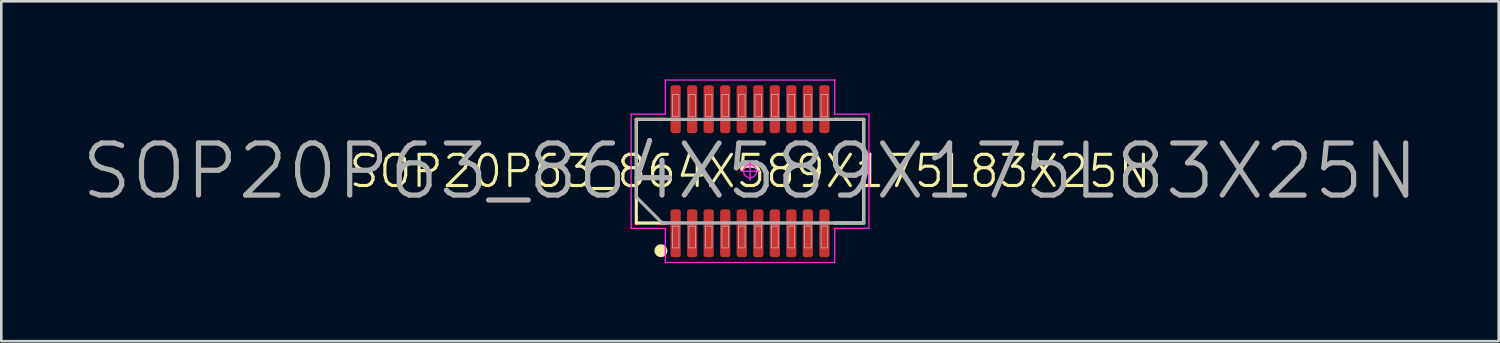
<source format=kicad_pcb>
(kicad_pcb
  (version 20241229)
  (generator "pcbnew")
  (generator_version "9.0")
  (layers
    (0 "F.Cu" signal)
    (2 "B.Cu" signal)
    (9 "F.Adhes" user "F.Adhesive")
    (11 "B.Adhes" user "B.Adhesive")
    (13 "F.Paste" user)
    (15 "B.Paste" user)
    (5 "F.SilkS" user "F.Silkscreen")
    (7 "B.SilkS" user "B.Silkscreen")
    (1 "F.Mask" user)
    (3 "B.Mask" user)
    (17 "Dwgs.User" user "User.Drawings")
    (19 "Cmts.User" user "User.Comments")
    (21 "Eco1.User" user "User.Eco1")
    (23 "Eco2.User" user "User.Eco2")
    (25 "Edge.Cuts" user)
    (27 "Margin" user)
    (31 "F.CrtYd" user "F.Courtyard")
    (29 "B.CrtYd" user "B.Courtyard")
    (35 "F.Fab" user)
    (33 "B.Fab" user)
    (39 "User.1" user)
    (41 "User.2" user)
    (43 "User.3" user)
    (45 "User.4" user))
  (footprint "SOP20P63_864X589X175L83X25N"
    (layer "F.Cu")
    (at 25.767 3.529)
    (property "Reference" "SOP20P63_864X589X175L83X25N" (at 0 0 0) (layer "F.SilkS") (effects (font (size 1.2 1.2) (thickness 0.12))))
    (attr smd)
    (fp_line (start -4.369 -1.994) (end -3.234 -1.994) (stroke (width 0.12) (type solid)) (layer "F.SilkS"))
    (fp_line (start -4.369 1.994) (end -4.369 -1.994) (stroke (width 0.12) (type solid)) (layer "F.SilkS"))
    (fp_line (start -3.234 1.994) (end -4.369 1.994) (stroke (width 0.12) (type solid)) (layer "F.SilkS"))
    (fp_line (start 3.234 1.994) (end 4.369 1.994) (stroke (width 0.12) (type solid)) (layer "F.SilkS"))
    (fp_line (start 4.369 -1.994) (end 3.234 -1.994) (stroke (width 0.12) (type solid)) (layer "F.SilkS"))
    (fp_line (start 4.369 1.994) (end 4.369 -1.994) (stroke (width 0.12) (type solid)) (layer "F.SilkS"))
    (fp_circle (center -3.424 3.054) (end -3.424 3.179) (stroke (width 0.25) (type solid)) (fill no) (layer "F.SilkS"))
    (fp_line (start -4.324 -1.949) (end 4.324 -1.949) (stroke (width 0.025) (type solid)) (layer "Dwgs.User"))
    (fp_line (start -4.324 1.949) (end -4.324 -1.949) (stroke (width 0.025) (type solid)) (layer "Dwgs.User"))
    (fp_line (start -2.985 -2.946) (end -2.731 -2.946) (stroke (width 0.025) (type solid)) (layer "Dwgs.User"))
    (fp_line (start -2.985 -2.108) (end -2.985 -2.946) (stroke (width 0.025) (type solid)) (layer "Dwgs.User"))
    (fp_line (start -2.985 2.108) (end -2.731 2.108) (stroke (width 0.025) (type solid)) (layer "Dwgs.User"))
    (fp_line (start -2.985 2.946) (end -2.985 2.108) (stroke (width 0.025) (type solid)) (layer "Dwgs.User"))
    (fp_line (start -2.731 -2.946) (end -2.731 -2.108) (stroke (width 0.025) (type solid)) (layer "Dwgs.User"))
    (fp_line (start -2.731 -2.108) (end -2.985 -2.108) (stroke (width 0.025) (type solid)) (layer "Dwgs.User"))
    (fp_line (start -2.731 2.108) (end -2.731 2.946) (stroke (width 0.025) (type solid)) (layer "Dwgs.User"))
    (fp_line (start -2.731 2.946) (end -2.985 2.946) (stroke (width 0.025) (type solid)) (layer "Dwgs.User"))
    (fp_line (start -2.349 -2.946) (end -2.095 -2.946) (stroke (width 0.025) (type solid)) (layer "Dwgs.User"))
    (fp_line (start -2.349 -2.108) (end -2.349 -2.946) (stroke (width 0.025) (type solid)) (layer "Dwgs.User"))
    (fp_line (start -2.349 2.108) (end -2.095 2.108) (stroke (width 0.025) (type solid)) (layer "Dwgs.User"))
    (fp_line (start -2.349 2.946) (end -2.349 2.108) (stroke (width 0.025) (type solid)) (layer "Dwgs.User"))
    (fp_line (start -2.095 -2.946) (end -2.095 -2.108) (stroke (width 0.025) (type solid)) (layer "Dwgs.User"))
    (fp_line (start -2.095 -2.108) (end -2.349 -2.108) (stroke (width 0.025) (type solid)) (layer "Dwgs.User"))
    (fp_line (start -2.095 2.108) (end -2.095 2.946) (stroke (width 0.025) (type solid)) (layer "Dwgs.User"))
    (fp_line (start -2.095 2.946) (end -2.349 2.946) (stroke (width 0.025) (type solid)) (layer "Dwgs.User"))
    (fp_line (start -1.715 -2.946) (end -1.461 -2.946) (stroke (width 0.025) (type solid)) (layer "Dwgs.User"))
    (fp_line (start -1.715 -2.108) (end -1.715 -2.946) (stroke (width 0.025) (type solid)) (layer "Dwgs.User"))
    (fp_line (start -1.715 2.108) (end -1.461 2.108) (stroke (width 0.025) (type solid)) (layer "Dwgs.User"))
    (fp_line (start -1.715 2.946) (end -1.715 2.108) (stroke (width 0.025) (type solid)) (layer "Dwgs.User"))
    (fp_line (start -1.461 -2.946) (end -1.461 -2.108) (stroke (width 0.025) (type solid)) (layer "Dwgs.User"))
    (fp_line (start -1.461 -2.108) (end -1.715 -2.108) (stroke (width 0.025) (type solid)) (layer "Dwgs.User"))
    (fp_line (start -1.461 2.108) (end -1.461 2.946) (stroke (width 0.025) (type solid)) (layer "Dwgs.User"))
    (fp_line (start -1.461 2.946) (end -1.715 2.946) (stroke (width 0.025) (type solid)) (layer "Dwgs.User"))
    (fp_line (start -1.079 -2.946) (end -0.825 -2.946) (stroke (width 0.025) (type solid)) (layer "Dwgs.User"))
    (fp_line (start -1.079 -2.108) (end -1.079 -2.946) (stroke (width 0.025) (type solid)) (layer "Dwgs.User"))
    (fp_line (start -1.079 2.108) (end -0.825 2.108) (stroke (width 0.025) (type solid)) (layer "Dwgs.User"))
    (fp_line (start -1.079 2.946) (end -1.079 2.108) (stroke (width 0.025) (type solid)) (layer "Dwgs.User"))
    (fp_line (start -0.825 -2.946) (end -0.825 -2.108) (stroke (width 0.025) (type solid)) (layer "Dwgs.User"))
    (fp_line (start -0.825 -2.108) (end -1.079 -2.108) (stroke (width 0.025) (type solid)) (layer "Dwgs.User"))
    (fp_line (start -0.825 2.108) (end -0.825 2.946) (stroke (width 0.025) (type solid)) (layer "Dwgs.User"))
    (fp_line (start -0.825 2.946) (end -1.079 2.946) (stroke (width 0.025) (type solid)) (layer "Dwgs.User"))
    (fp_line (start -0.445 -2.946) (end -0.191 -2.946) (stroke (width 0.025) (type solid)) (layer "Dwgs.User"))
    (fp_line (start -0.445 -2.108) (end -0.445 -2.946) (stroke (width 0.025) (type solid)) (layer "Dwgs.User"))
    (fp_line (start -0.445 2.108) (end -0.191 2.108) (stroke (width 0.025) (type solid)) (layer "Dwgs.User"))
    (fp_line (start -0.445 2.946) (end -0.445 2.108) (stroke (width 0.025) (type solid)) (layer "Dwgs.User"))
    (fp_line (start -0.191 -2.946) (end -0.191 -2.108) (stroke (width 0.025) (type solid)) (layer "Dwgs.User"))
    (fp_line (start -0.191 -2.108) (end -0.445 -2.108) (stroke (width 0.025) (type solid)) (layer "Dwgs.User"))
    (fp_line (start -0.191 2.108) (end -0.191 2.946) (stroke (width 0.025) (type solid)) (layer "Dwgs.User"))
    (fp_line (start -0.191 2.946) (end -0.445 2.946) (stroke (width 0.025) (type solid)) (layer "Dwgs.User"))
    (fp_line (start 0.191 -2.946) (end 0.445 -2.946) (stroke (width 0.025) (type solid)) (layer "Dwgs.User"))
    (fp_line (start 0.191 -2.108) (end 0.191 -2.946) (stroke (width 0.025) (type solid)) (layer "Dwgs.User"))
    (fp_line (start 0.191 2.108) (end 0.445 2.108) (stroke (width 0.025) (type solid)) (layer "Dwgs.User"))
    (fp_line (start 0.191 2.946) (end 0.191 2.108) (stroke (width 0.025) (type solid)) (layer "Dwgs.User"))
    (fp_line (start 0.445 -2.946) (end 0.445 -2.108) (stroke (width 0.025) (type solid)) (layer "Dwgs.User"))
    (fp_line (start 0.445 -2.108) (end 0.191 -2.108) (stroke (width 0.025) (type solid)) (layer "Dwgs.User"))
    (fp_line (start 0.445 2.108) (end 0.445 2.946) (stroke (width 0.025) (type solid)) (layer "Dwgs.User"))
    (fp_line (start 0.445 2.946) (end 0.191 2.946) (stroke (width 0.025) (type solid)) (layer "Dwgs.User"))
    (fp_line (start 0.825 -2.946) (end 1.079 -2.946) (stroke (width 0.025) (type solid)) (layer "Dwgs.User"))
    (fp_line (start 0.825 -2.108) (end 0.825 -2.946) (stroke (width 0.025) (type solid)) (layer "Dwgs.User"))
    (fp_line (start 0.825 2.108) (end 1.079 2.108) (stroke (width 0.025) (type solid)) (layer "Dwgs.User"))
    (fp_line (start 0.825 2.946) (end 0.825 2.108) (stroke (width 0.025) (type solid)) (layer "Dwgs.User"))
    (fp_line (start 1.079 -2.946) (end 1.079 -2.108) (stroke (width 0.025) (type solid)) (layer "Dwgs.User"))
    (fp_line (start 1.079 -2.108) (end 0.825 -2.108) (stroke (width 0.025) (type solid)) (layer "Dwgs.User"))
    (fp_line (start 1.079 2.108) (end 1.079 2.946) (stroke (width 0.025) (type solid)) (layer "Dwgs.User"))
    (fp_line (start 1.079 2.946) (end 0.825 2.946) (stroke (width 0.025) (type solid)) (layer "Dwgs.User"))
    (fp_line (start 1.461 -2.946) (end 1.715 -2.946) (stroke (width 0.025) (type solid)) (layer "Dwgs.User"))
    (fp_line (start 1.461 -2.108) (end 1.461 -2.946) (stroke (width 0.025) (type solid)) (layer "Dwgs.User"))
    (fp_line (start 1.461 2.108) (end 1.715 2.108) (stroke (width 0.025) (type solid)) (layer "Dwgs.User"))
    (fp_line (start 1.461 2.946) (end 1.461 2.108) (stroke (width 0.025) (type solid)) (layer "Dwgs.User"))
    (fp_line (start 1.715 -2.946) (end 1.715 -2.108) (stroke (width 0.025) (type solid)) (layer "Dwgs.User"))
    (fp_line (start 1.715 -2.108) (end 1.461 -2.108) (stroke (width 0.025) (type solid)) (layer "Dwgs.User"))
    (fp_line (start 1.715 2.108) (end 1.715 2.946) (stroke (width 0.025) (type solid)) (layer "Dwgs.User"))
    (fp_line (start 1.715 2.946) (end 1.461 2.946) (stroke (width 0.025) (type solid)) (layer "Dwgs.User"))
    (fp_line (start 2.095 -2.946) (end 2.349 -2.946) (stroke (width 0.025) (type solid)) (layer "Dwgs.User"))
    (fp_line (start 2.095 -2.108) (end 2.095 -2.946) (stroke (width 0.025) (type solid)) (layer "Dwgs.User"))
    (fp_line (start 2.095 2.108) (end 2.349 2.108) (stroke (width 0.025) (type solid)) (layer "Dwgs.User"))
    (fp_line (start 2.095 2.946) (end 2.095 2.108) (stroke (width 0.025) (type solid)) (layer "Dwgs.User"))
    (fp_line (start 2.349 -2.946) (end 2.349 -2.108) (stroke (width 0.025) (type solid)) (layer "Dwgs.User"))
    (fp_line (start 2.349 -2.108) (end 2.095 -2.108) (stroke (width 0.025) (type solid)) (layer "Dwgs.User"))
    (fp_line (start 2.349 2.108) (end 2.349 2.946) (stroke (width 0.025) (type solid)) (layer "Dwgs.User"))
    (fp_line (start 2.349 2.946) (end 2.095 2.946) (stroke (width 0.025) (type solid)) (layer "Dwgs.User"))
    (fp_line (start 2.731 -2.946) (end 2.985 -2.946) (stroke (width 0.025) (type solid)) (layer "Dwgs.User"))
    (fp_line (start 2.731 -2.108) (end 2.731 -2.946) (stroke (width 0.025) (type solid)) (layer "Dwgs.User"))
    (fp_line (start 2.731 2.108) (end 2.985 2.108) (stroke (width 0.025) (type solid)) (layer "Dwgs.User"))
    (fp_line (start 2.731 2.946) (end 2.731 2.108) (stroke (width 0.025) (type solid)) (layer "Dwgs.User"))
    (fp_line (start 2.985 -2.946) (end 2.985 -2.108) (stroke (width 0.025) (type solid)) (layer "Dwgs.User"))
    (fp_line (start 2.985 -2.108) (end 2.731 -2.108) (stroke (width 0.025) (type solid)) (layer "Dwgs.User"))
    (fp_line (start 2.985 2.108) (end 2.985 2.946) (stroke (width 0.025) (type solid)) (layer "Dwgs.User"))
    (fp_line (start 2.985 2.946) (end 2.731 2.946) (stroke (width 0.025) (type solid)) (layer "Dwgs.User"))
    (fp_line (start 4.324 -1.949) (end 4.324 1.949) (stroke (width 0.025) (type solid)) (layer "Dwgs.User"))
    (fp_line (start 4.324 1.949) (end -4.324 1.949) (stroke (width 0.025) (type solid)) (layer "Dwgs.User"))
    (fp_line (start -4.569 -2.194) (end -4.569 2.194) (stroke (width 0.05) (type solid)) (layer "F.CrtYd"))
    (fp_line (start -4.569 2.194) (end -3.254 2.194) (stroke (width 0.05) (type solid)) (layer "F.CrtYd"))
    (fp_line (start -3.254 -3.504) (end -3.254 -2.194) (stroke (width 0.05) (type solid)) (layer "F.CrtYd"))
    (fp_line (start -3.254 -2.194) (end -4.569 -2.194) (stroke (width 0.05) (type solid)) (layer "F.CrtYd"))
    (fp_line (start -3.254 2.194) (end -3.254 3.504) (stroke (width 0.05) (type solid)) (layer "F.CrtYd"))
    (fp_line (start -3.254 3.504) (end 3.254 3.504) (stroke (width 0.05) (type solid)) (layer "F.CrtYd"))
    (fp_line (start -0.35 0) (end 0.35 0) (stroke (width 0.05) (type solid)) (layer "F.CrtYd"))
    (fp_line (start 0 -0.35) (end 0 0.35) (stroke (width 0.05) (type solid)) (layer "F.CrtYd"))
    (fp_line (start 3.254 -3.504) (end -3.254 -3.504) (stroke (width 0.05) (type solid)) (layer "F.CrtYd"))
    (fp_line (start 3.254 -2.194) (end 3.254 -3.504) (stroke (width 0.05) (type solid)) (layer "F.CrtYd"))
    (fp_line (start 3.254 2.194) (end 4.569 2.194) (stroke (width 0.05) (type solid)) (layer "F.CrtYd"))
    (fp_line (start 3.254 3.504) (end 3.254 2.194) (stroke (width 0.05) (type solid)) (layer "F.CrtYd"))
    (fp_line (start 4.569 -2.194) (end 3.254 -2.194) (stroke (width 0.05) (type solid)) (layer "F.CrtYd"))
    (fp_line (start 4.569 2.194) (end 4.569 -2.194) (stroke (width 0.05) (type solid)) (layer "F.CrtYd"))
    (fp_circle (center 0 0) (end 0 0.25) (stroke (width 0.05) (type solid)) (fill no) (layer "F.CrtYd"))
    (fp_line (start -4.369 -1.994) (end 4.369 -1.994) (stroke (width 0.12) (type solid)) (layer "F.Fab"))
    (fp_line (start -4.369 0.994) (end -4.369 -1.994) (stroke (width 0.12) (type solid)) (layer "F.Fab"))
    (fp_line (start -3.369 1.994) (end -4.369 0.994) (stroke (width 0.12) (type solid)) (layer "F.Fab"))
    (fp_line (start 4.369 -1.994) (end 4.369 1.994) (stroke (width 0.12) (type solid)) (layer "F.Fab"))
    (fp_line (start 4.369 1.994) (end -3.369 1.994) (stroke (width 0.12) (type solid)) (layer "F.Fab"))
    (fp_text user "${REFERENCE}" (at 0 0 0) (layer "F.Fab") (effects (font (size 2 2) (thickness 0.2))))
    (pad "1" smd roundrect (at -2.858 2.384 90) (size 1.839 0.394) (layers "F.Cu" "F.Mask" "F.Paste") (roundrect_rratio 0.249))
    (pad "2" smd roundrect (at -2.222 2.384 90) (size 1.839 0.394) (layers "F.Cu" "F.Mask" "F.Paste") (roundrect_rratio 0.249))
    (pad "3" smd roundrect (at -1.588 2.384 90) (size 1.839 0.394) (layers "F.Cu" "F.Mask" "F.Paste") (roundrect_rratio 0.249))
    (pad "4" smd roundrect (at -0.952 2.384 90) (size 1.839 0.394) (layers "F.Cu" "F.Mask" "F.Paste") (roundrect_rratio 0.249))
    (pad "5" smd roundrect (at -0.318 2.384 90) (size 1.839 0.394) (layers "F.Cu" "F.Mask" "F.Paste") (roundrect_rratio 0.249))
    (pad "6" smd roundrect (at 0.318 2.384 90) (size 1.839 0.394) (layers "F.Cu" "F.Mask" "F.Paste") (roundrect_rratio 0.249))
    (pad "7" smd roundrect (at 0.952 2.384 90) (size 1.839 0.394) (layers "F.Cu" "F.Mask" "F.Paste") (roundrect_rratio 0.249))
    (pad "8" smd roundrect (at 1.588 2.384 90) (size 1.839 0.394) (layers "F.Cu" "F.Mask" "F.Paste") (roundrect_rratio 0.249))
    (pad "9" smd roundrect (at 2.222 2.384 90) (size 1.839 0.394) (layers "F.Cu" "F.Mask" "F.Paste") (roundrect_rratio 0.249))
    (pad "10" smd roundrect (at 2.858 2.384 90) (size 1.839 0.394) (layers "F.Cu" "F.Mask" "F.Paste") (roundrect_rratio 0.249))
    (pad "11" smd roundrect (at 2.858 -2.384 90) (size 1.839 0.394) (layers "F.Cu" "F.Mask" "F.Paste") (roundrect_rratio 0.249))
    (pad "12" smd roundrect (at 2.222 -2.384 90) (size 1.839 0.394) (layers "F.Cu" "F.Mask" "F.Paste") (roundrect_rratio 0.249))
    (pad "13" smd roundrect (at 1.588 -2.384 90) (size 1.839 0.394) (layers "F.Cu" "F.Mask" "F.Paste") (roundrect_rratio 0.249))
    (pad "14" smd roundrect (at 0.952 -2.384 90) (size 1.839 0.394) (layers "F.Cu" "F.Mask" "F.Paste") (roundrect_rratio 0.249))
    (pad "15" smd roundrect (at 0.318 -2.384 90) (size 1.839 0.394) (layers "F.Cu" "F.Mask" "F.Paste") (roundrect_rratio 0.249))
    (pad "16" smd roundrect (at -0.318 -2.384 90) (size 1.839 0.394) (layers "F.Cu" "F.Mask" "F.Paste") (roundrect_rratio 0.249))
    (pad "17" smd roundrect (at -0.952 -2.384 90) (size 1.839 0.394) (layers "F.Cu" "F.Mask" "F.Paste") (roundrect_rratio 0.249))
    (pad "18" smd roundrect (at -1.588 -2.384 90) (size 1.839 0.394) (layers "F.Cu" "F.Mask" "F.Paste") (roundrect_rratio 0.249))
    (pad "19" smd roundrect (at -2.222 -2.384 90) (size 1.839 0.394) (layers "F.Cu" "F.Mask" "F.Paste") (roundrect_rratio 0.249))
    (pad "20" smd roundrect (at -2.858 -2.384 90) (size 1.839 0.394) (layers "F.Cu" "F.Mask" "F.Paste") (roundrect_rratio 0.249)))
  (gr_rect
    (start -3 -3)
    (end 54.533 10.058)
    (stroke (width 0.1) (type default))
    (fill no)
    (layer "Edge.Cuts")))
</source>
